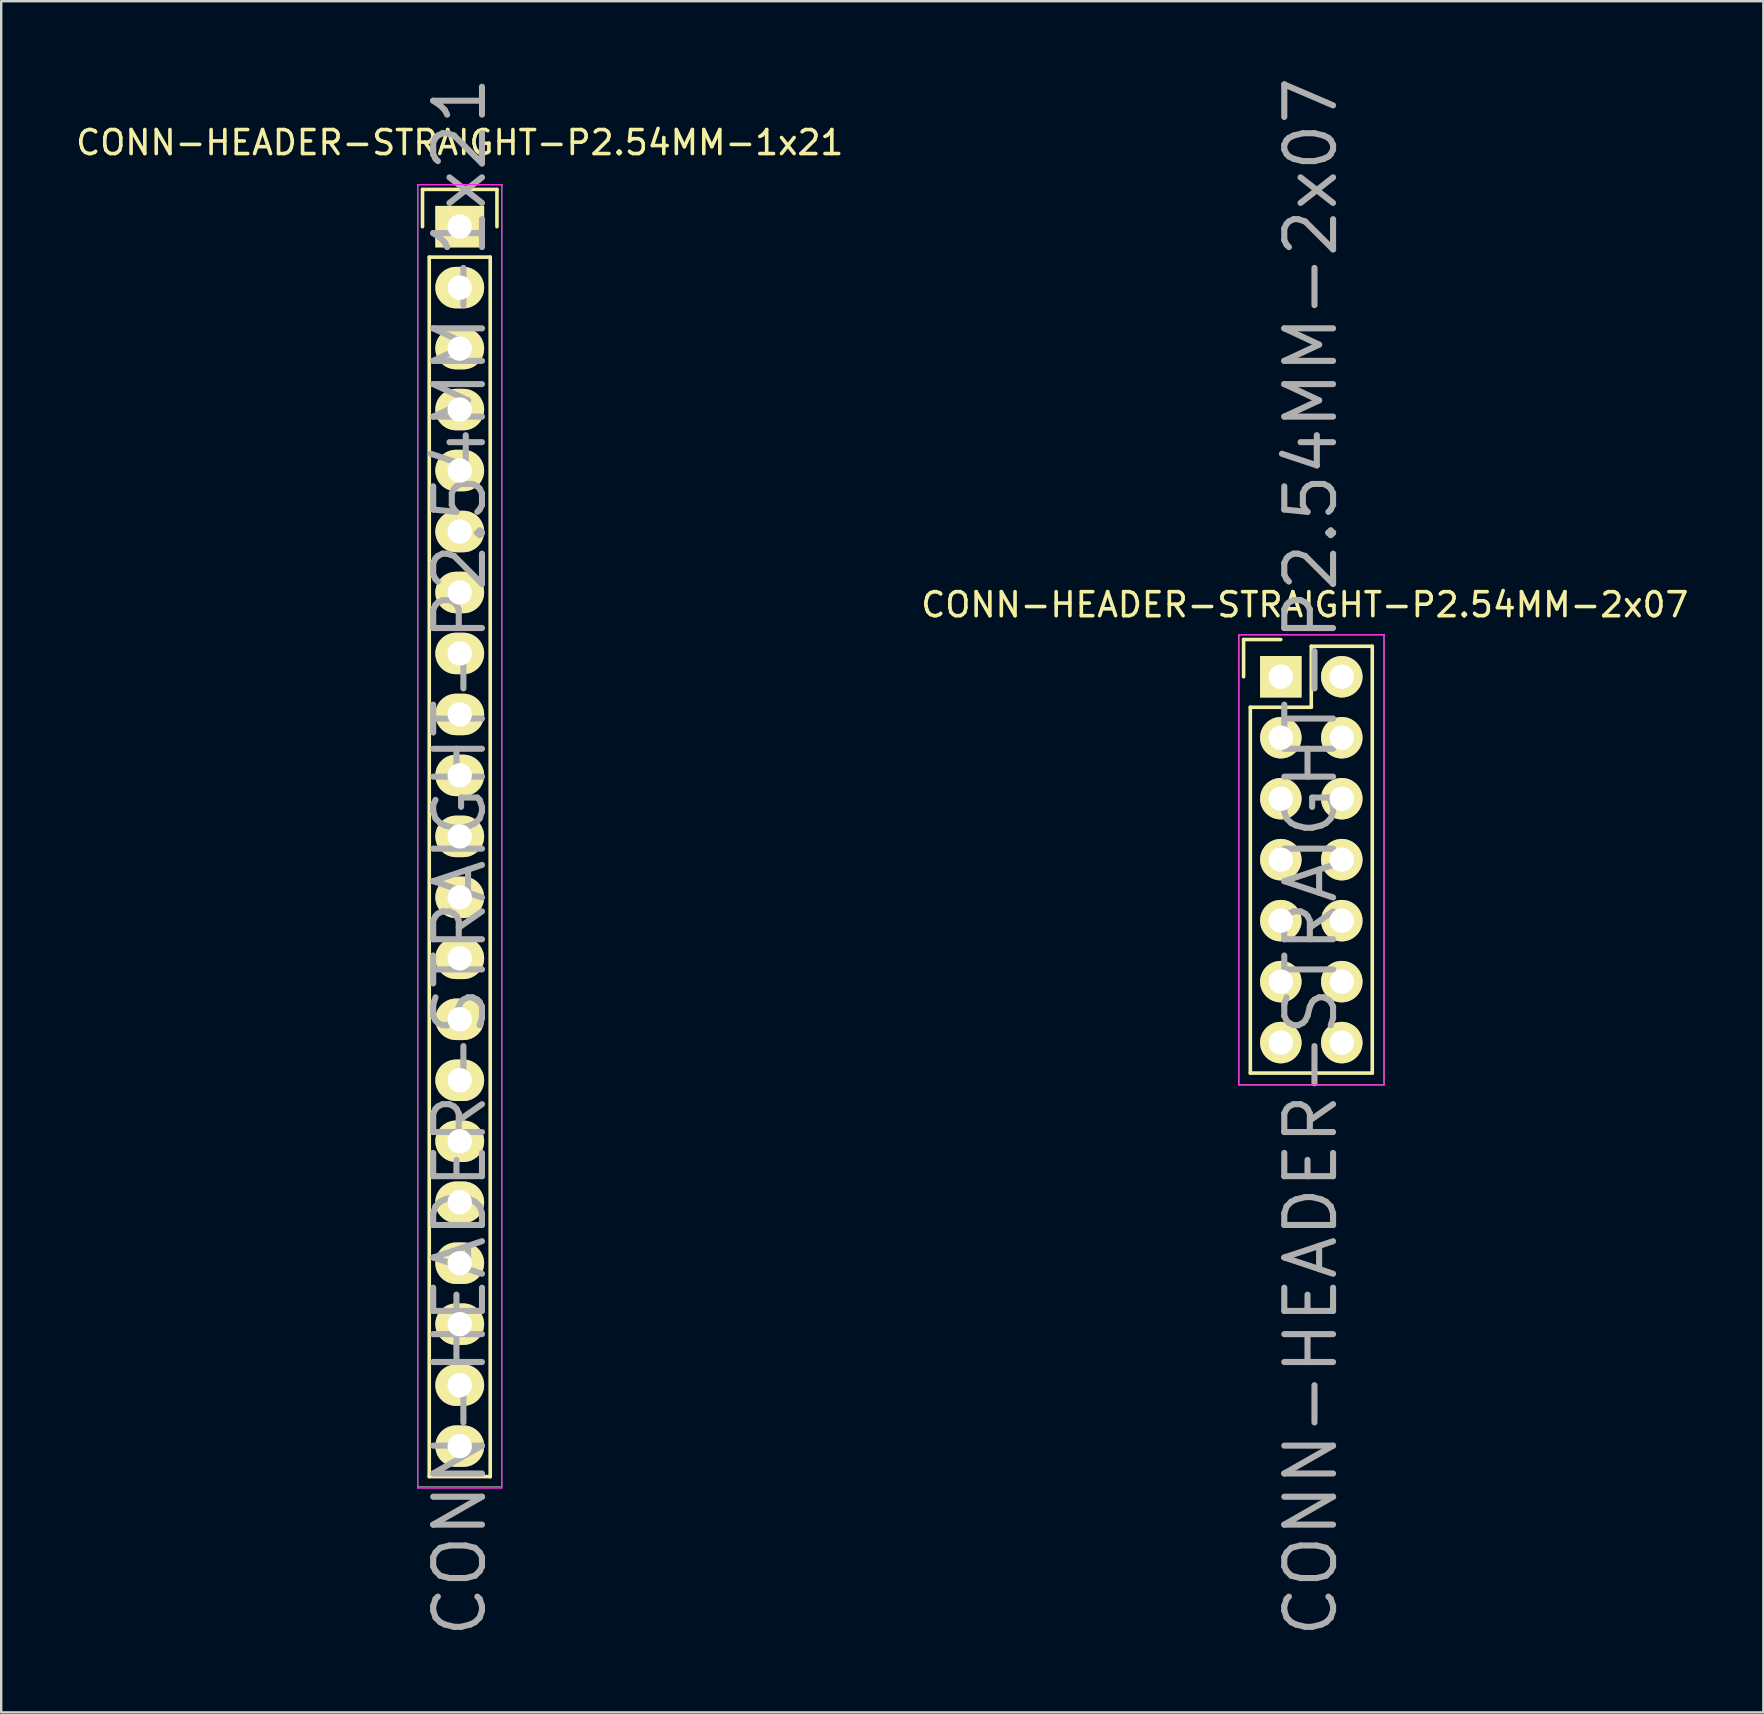
<source format=kicad_pcb>
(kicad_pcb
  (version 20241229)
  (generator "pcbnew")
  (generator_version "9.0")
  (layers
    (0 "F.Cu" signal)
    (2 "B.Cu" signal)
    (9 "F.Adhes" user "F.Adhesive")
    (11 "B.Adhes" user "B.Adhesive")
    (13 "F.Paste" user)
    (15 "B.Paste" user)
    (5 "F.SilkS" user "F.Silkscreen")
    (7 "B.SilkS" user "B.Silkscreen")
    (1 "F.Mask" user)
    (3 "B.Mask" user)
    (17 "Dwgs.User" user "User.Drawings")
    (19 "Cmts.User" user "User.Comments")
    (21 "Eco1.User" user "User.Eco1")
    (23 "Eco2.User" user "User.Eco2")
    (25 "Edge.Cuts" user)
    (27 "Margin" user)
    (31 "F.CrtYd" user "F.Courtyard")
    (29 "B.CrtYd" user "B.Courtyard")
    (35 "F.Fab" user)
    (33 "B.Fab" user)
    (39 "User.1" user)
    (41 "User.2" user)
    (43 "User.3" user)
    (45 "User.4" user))
  (footprint "CONN-HEADER-STRAIGHT-P2.54MM-1x21"
    (layer "F.Cu")
    (at 16.101 6.391)
    (property "Reference" "CONN-HEADER-STRAIGHT-P2.54MM-1x21" (at 0 26.25 90) (layer "F.Fab") (effects (font (size 2.032 2.032) (thickness 0.254))))
    (attr through_hole)
    (fp_line (start -1.55 -1.55) (end 1.55 -1.55) (stroke (width 0.15) (type solid)) (layer "F.SilkS"))
    (fp_line (start -1.55 0) (end -1.55 -1.55) (stroke (width 0.15) (type solid)) (layer "F.SilkS"))
    (fp_line (start -1.27 52.07) (end -1.27 1.27) (stroke (width 0.15) (type solid)) (layer "F.SilkS"))
    (fp_line (start 1.27 1.27) (end -1.27 1.27) (stroke (width 0.15) (type solid)) (layer "F.SilkS"))
    (fp_line (start 1.27 1.27) (end 1.27 52.07) (stroke (width 0.15) (type solid)) (layer "F.SilkS"))
    (fp_line (start 1.27 52.07) (end -1.27 52.07) (stroke (width 0.15) (type solid)) (layer "F.SilkS"))
    (fp_line (start 1.55 -1.55) (end 1.55 0) (stroke (width 0.15) (type solid)) (layer "F.SilkS"))
    (fp_line (start -1.75 -1.75) (end -1.75 52.55) (stroke (width 0.05) (type solid)) (layer "F.CrtYd"))
    (fp_line (start -1.75 -1.75) (end 1.75 -1.75) (stroke (width 0.05) (type solid)) (layer "F.CrtYd"))
    (fp_line (start -1.75 52.55) (end 1.75 52.55) (stroke (width 0.05) (type solid)) (layer "F.CrtYd"))
    (fp_line (start 1.75 -1.75) (end 1.75 52.55) (stroke (width 0.05) (type solid)) (layer "F.CrtYd"))
    (fp_line (start -1.75 -1.75) (end 1.75 -1.75) (stroke (width 0.051) (type solid)) (layer "F.Fab"))
    (fp_line (start -1.75 52.5) (end -1.75 -1.75) (stroke (width 0.051) (type solid)) (layer "F.Fab"))
    (fp_line (start 1.75 -1.75) (end 1.75 52.5) (stroke (width 0.051) (type solid)) (layer "F.Fab"))
    (fp_line (start 1.75 52.5) (end -1.75 52.5) (stroke (width 0.051) (type solid)) (layer "F.Fab"))
    (fp_text user "${REFERENCE}" (at 0 -3.5 0) (layer "F.SilkS") (effects (font (size 1 1) (thickness 0.15))))
    (pad "1" thru_hole rect (at 0 0) (size 2.032 1.727) (drill 1.016) (layers "*.Cu" "*.Mask" "F.SilkS"))
    (pad "2" thru_hole oval (at 0 2.54) (size 2.032 1.727) (drill 1.016) (layers "*.Cu" "*.Mask" "F.SilkS"))
    (pad "3" thru_hole oval (at 0 5.08) (size 2.032 1.727) (drill 1.016) (layers "*.Cu" "*.Mask" "F.SilkS"))
    (pad "4" thru_hole oval (at 0 7.62) (size 2.032 1.727) (drill 1.016) (layers "*.Cu" "*.Mask" "F.SilkS"))
    (pad "5" thru_hole oval (at 0 10.16) (size 2.032 1.727) (drill 1.016) (layers "*.Cu" "*.Mask" "F.SilkS"))
    (pad "6" thru_hole oval (at 0 12.7) (size 2.032 1.727) (drill 1.016) (layers "*.Cu" "*.Mask" "F.SilkS"))
    (pad "7" thru_hole oval (at 0 15.24) (size 2.032 1.727) (drill 1.016) (layers "*.Cu" "*.Mask" "F.SilkS"))
    (pad "8" thru_hole oval (at 0 17.78) (size 2.032 1.727) (drill 1.016) (layers "*.Cu" "*.Mask" "F.SilkS"))
    (pad "9" thru_hole oval (at 0 20.32) (size 2.032 1.727) (drill 1.016) (layers "*.Cu" "*.Mask" "F.SilkS"))
    (pad "10" thru_hole oval (at 0 22.86) (size 2.032 1.727) (drill 1.016) (layers "*.Cu" "*.Mask" "F.SilkS"))
    (pad "11" thru_hole oval (at 0 25.4) (size 2.032 1.727) (drill 1.016) (layers "*.Cu" "*.Mask" "F.SilkS"))
    (pad "12" thru_hole oval (at 0 27.94) (size 2.032 1.727) (drill 1.016) (layers "*.Cu" "*.Mask" "F.SilkS"))
    (pad "13" thru_hole oval (at 0 30.48) (size 2.032 1.727) (drill 1.016) (layers "*.Cu" "*.Mask" "F.SilkS"))
    (pad "14" thru_hole oval (at 0 33.02) (size 2.032 1.727) (drill 1.016) (layers "*.Cu" "*.Mask" "F.SilkS"))
    (pad "15" thru_hole oval (at 0 35.56) (size 2.032 1.727) (drill 1.016) (layers "*.Cu" "*.Mask" "F.SilkS"))
    (pad "16" thru_hole oval (at 0 38.1) (size 2.032 1.727) (drill 1.016) (layers "*.Cu" "*.Mask" "F.SilkS"))
    (pad "17" thru_hole oval (at 0 40.64) (size 2.032 1.727) (drill 1.016) (layers "*.Cu" "*.Mask" "F.SilkS"))
    (pad "18" thru_hole oval (at 0 43.18) (size 2.032 1.727) (drill 1.016) (layers "*.Cu" "*.Mask" "F.SilkS"))
    (pad "19" thru_hole oval (at 0 45.72) (size 2.032 1.727) (drill 1.016) (layers "*.Cu" "*.Mask" "F.SilkS"))
    (pad "20" thru_hole oval (at 0 48.26) (size 2.032 1.727) (drill 1.016) (layers "*.Cu" "*.Mask" "F.SilkS"))
    (pad "21" thru_hole oval (at 0 50.8) (size 2.032 1.727) (drill 1.016) (layers "*.Cu" "*.Mask" "F.SilkS")))
  (footprint "CONN-HEADER-STRAIGHT-P2.54MM-2x07"
    (layer "F.Cu")
    (at 50.304 25.141)
    (property "Reference" "CONN-HEADER-STRAIGHT-P2.54MM-2x07" (at 1.25 7.5 90) (layer "F.Fab") (effects (font (size 2.032 2.032) (thickness 0.254))))
    (attr through_hole)
    (fp_line (start -1.55 -1.55) (end -1.55 0) (stroke (width 0.15) (type solid)) (layer "F.SilkS"))
    (fp_line (start -1.27 1.27) (end -1.27 16.51) (stroke (width 0.15) (type solid)) (layer "F.SilkS"))
    (fp_line (start 0 -1.55) (end -1.55 -1.55) (stroke (width 0.15) (type solid)) (layer "F.SilkS"))
    (fp_line (start 1.27 -1.27) (end 1.27 1.27) (stroke (width 0.15) (type solid)) (layer "F.SilkS"))
    (fp_line (start 1.27 1.27) (end -1.27 1.27) (stroke (width 0.15) (type solid)) (layer "F.SilkS"))
    (fp_line (start 3.81 -1.27) (end 1.27 -1.27) (stroke (width 0.15) (type solid)) (layer "F.SilkS"))
    (fp_line (start 3.81 16.51) (end -1.27 16.51) (stroke (width 0.15) (type solid)) (layer "F.SilkS"))
    (fp_line (start 3.81 16.51) (end 3.81 -1.27) (stroke (width 0.15) (type solid)) (layer "F.SilkS"))
    (fp_line (start -1.75 -1.75) (end -1.75 17) (stroke (width 0.05) (type solid)) (layer "F.CrtYd"))
    (fp_line (start -1.75 -1.75) (end 4.3 -1.75) (stroke (width 0.05) (type solid)) (layer "F.CrtYd"))
    (fp_line (start -1.75 17) (end 4.3 17) (stroke (width 0.05) (type solid)) (layer "F.CrtYd"))
    (fp_line (start 4.3 -1.75) (end 4.3 17) (stroke (width 0.05) (type solid)) (layer "F.CrtYd"))
    (fp_line (start -1.75 -1.75) (end -1.75 17) (stroke (width 0.05) (type solid)) (layer "F.Fab"))
    (fp_line (start -1.75 -1.75) (end 4.3 -1.75) (stroke (width 0.05) (type solid)) (layer "F.Fab"))
    (fp_line (start -1.75 17) (end 4.3 17) (stroke (width 0.05) (type solid)) (layer "F.Fab"))
    (fp_line (start 4.3 -1.75) (end 4.3 17) (stroke (width 0.05) (type solid)) (layer "F.Fab"))
    (fp_text user "${REFERENCE}" (at 1 -3 0) (layer "F.SilkS") (effects (font (size 1 1) (thickness 0.15))))
    (pad "1" thru_hole rect (at 0 0) (size 1.727 1.727) (drill 1.016) (layers "*.Cu" "*.Mask" "F.SilkS"))
    (pad "2" thru_hole oval (at 2.54 0) (size 1.727 1.727) (drill 1.016) (layers "*.Cu" "*.Mask" "F.SilkS"))
    (pad "3" thru_hole oval (at 0 2.54) (size 1.727 1.727) (drill 1.016) (layers "*.Cu" "*.Mask" "F.SilkS"))
    (pad "4" thru_hole oval (at 2.54 2.54) (size 1.727 1.727) (drill 1.016) (layers "*.Cu" "*.Mask" "F.SilkS"))
    (pad "5" thru_hole oval (at 0 5.08) (size 1.727 1.727) (drill 1.016) (layers "*.Cu" "*.Mask" "F.SilkS"))
    (pad "6" thru_hole oval (at 2.54 5.08) (size 1.727 1.727) (drill 1.016) (layers "*.Cu" "*.Mask" "F.SilkS"))
    (pad "7" thru_hole oval (at 0 7.62) (size 1.727 1.727) (drill 1.016) (layers "*.Cu" "*.Mask" "F.SilkS"))
    (pad "8" thru_hole oval (at 2.54 7.62) (size 1.727 1.727) (drill 1.016) (layers "*.Cu" "*.Mask" "F.SilkS"))
    (pad "9" thru_hole oval (at 0 10.16) (size 1.727 1.727) (drill 1.016) (layers "*.Cu" "*.Mask" "F.SilkS"))
    (pad "10" thru_hole oval (at 2.54 10.16) (size 1.727 1.727) (drill 1.016) (layers "*.Cu" "*.Mask" "F.SilkS"))
    (pad "11" thru_hole oval (at 0 12.7) (size 1.727 1.727) (drill 1.016) (layers "*.Cu" "*.Mask" "F.SilkS"))
    (pad "12" thru_hole oval (at 2.54 12.7) (size 1.727 1.727) (drill 1.016) (layers "*.Cu" "*.Mask" "F.SilkS"))
    (pad "13" thru_hole oval (at 0 15.24) (size 1.727 1.727) (drill 1.016) (layers "*.Cu" "*.Mask" "F.SilkS"))
    (pad "14" thru_hole oval (at 2.54 15.24) (size 1.727 1.727) (drill 1.016) (layers "*.Cu" "*.Mask" "F.SilkS")))
  (gr_rect
    (start -3 -3)
    (end 70.405 68.283)
    (stroke (width 0.1) (type default))
    (fill no)
    (layer "Edge.Cuts")))
</source>
